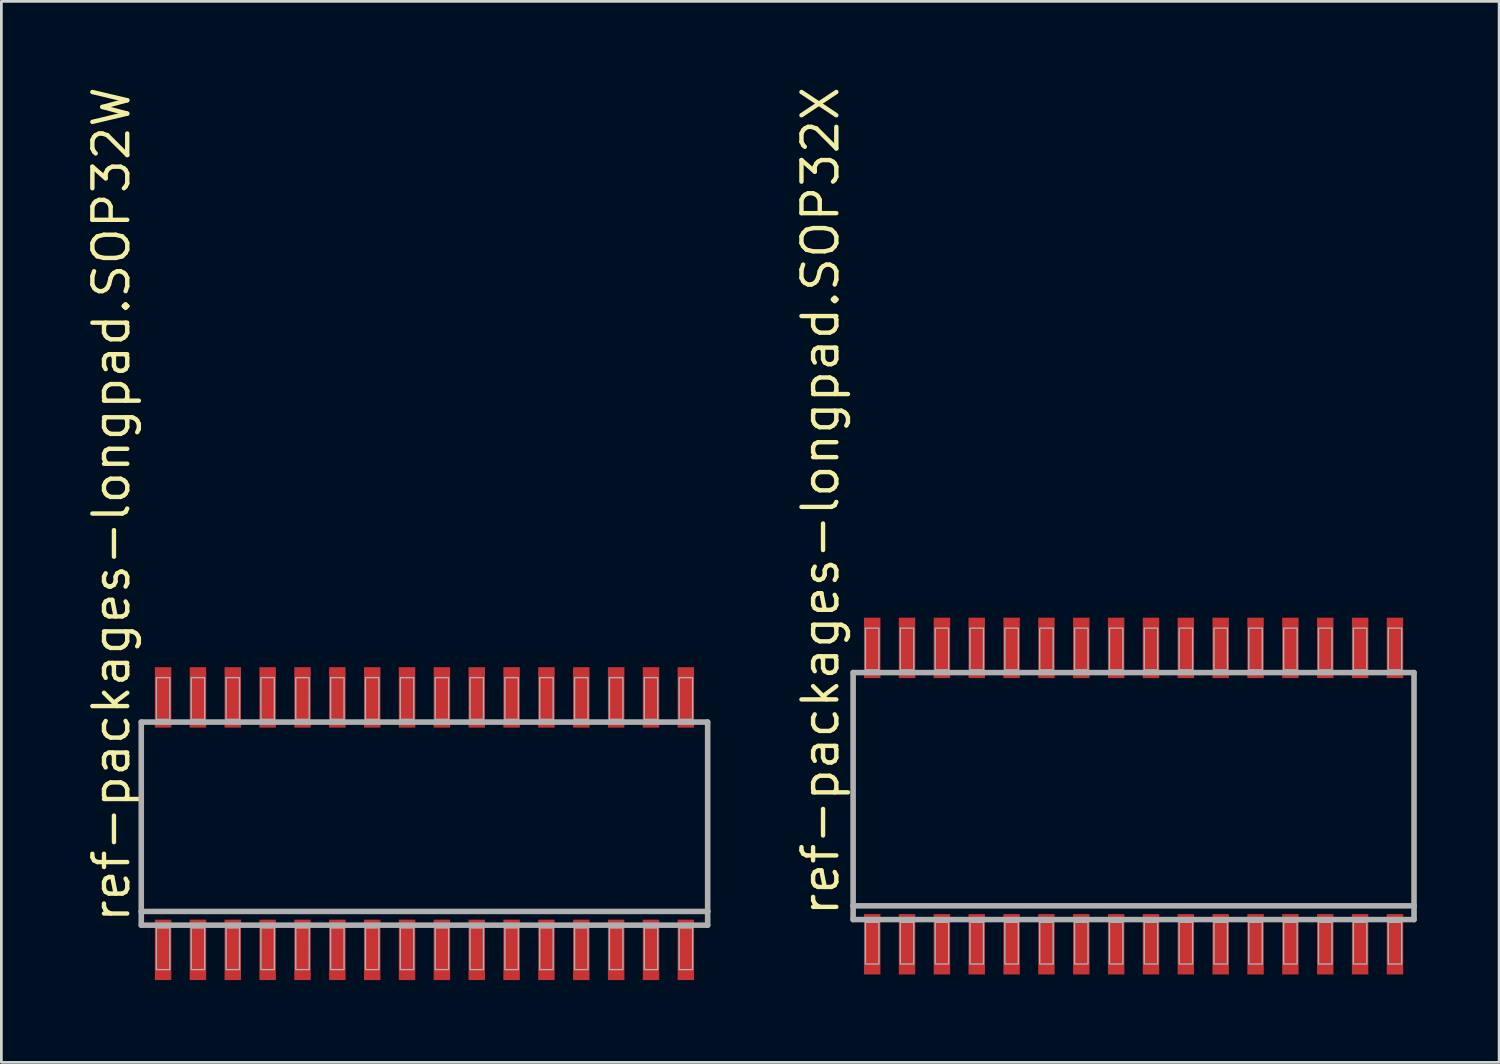
<source format=kicad_pcb>
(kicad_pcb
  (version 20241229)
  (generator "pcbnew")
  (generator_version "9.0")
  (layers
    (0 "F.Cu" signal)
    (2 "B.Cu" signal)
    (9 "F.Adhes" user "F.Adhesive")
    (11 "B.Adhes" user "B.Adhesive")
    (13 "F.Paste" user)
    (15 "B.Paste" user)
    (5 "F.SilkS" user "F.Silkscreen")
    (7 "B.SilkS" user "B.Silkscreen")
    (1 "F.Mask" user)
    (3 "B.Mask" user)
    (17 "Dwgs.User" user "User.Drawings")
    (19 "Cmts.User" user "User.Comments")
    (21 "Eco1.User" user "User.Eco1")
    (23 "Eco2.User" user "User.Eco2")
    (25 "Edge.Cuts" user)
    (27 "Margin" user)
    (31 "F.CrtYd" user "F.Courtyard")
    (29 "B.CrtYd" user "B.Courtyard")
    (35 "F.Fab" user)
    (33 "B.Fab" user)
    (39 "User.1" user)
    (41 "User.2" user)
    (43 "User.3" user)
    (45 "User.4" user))
  (footprint "ref-packages-longpad.SOP32W"
    (layer "F.Cu")
    (at 12.418 26.963)
    (property "Reference" "ref-packages-longpad.SOP32W" (at -10.668 3.683 90) (layer "F.SilkS") (effects (font (size 1.27 1.27) (thickness 0.16)) (justify left bottom)))
    (attr smd)
    (fp_line (start -10.32 -3.7) (end 10.32 -3.7) (stroke (width 0.203) (type default)) (layer "F.Fab"))
    (fp_line (start -10.32 3.2) (end -10.32 -3.7) (stroke (width 0.203) (type default)) (layer "F.Fab"))
    (fp_line (start -10.32 3.7) (end -10.32 3.2) (stroke (width 0.203) (type default)) (layer "F.Fab"))
    (fp_line (start 10.32 -3.7) (end 10.32 3.2) (stroke (width 0.203) (type default)) (layer "F.Fab"))
    (fp_line (start 10.32 3.2) (end -10.32 3.2) (stroke (width 0.203) (type default)) (layer "F.Fab"))
    (fp_line (start 10.32 3.2) (end 10.32 3.7) (stroke (width 0.203) (type default)) (layer "F.Fab"))
    (fp_line (start 10.32 3.7) (end -10.32 3.7) (stroke (width 0.203) (type default)) (layer "F.Fab"))
    (fp_rect (start -9.77 -3.8) (end -9.28 -5.32) (stroke (width 0.05) (type default)) (fill no) (layer "F.Fab"))
    (fp_rect (start -9.77 5.32) (end -9.28 3.8) (stroke (width 0.05) (type default)) (fill no) (layer "F.Fab"))
    (fp_rect (start -8.5 -3.8) (end -8.01 -5.32) (stroke (width 0.05) (type default)) (fill no) (layer "F.Fab"))
    (fp_rect (start -8.5 5.32) (end -8.01 3.8) (stroke (width 0.05) (type default)) (fill no) (layer "F.Fab"))
    (fp_rect (start -7.23 -3.8) (end -6.74 -5.32) (stroke (width 0.05) (type default)) (fill no) (layer "F.Fab"))
    (fp_rect (start -7.23 5.32) (end -6.74 3.8) (stroke (width 0.05) (type default)) (fill no) (layer "F.Fab"))
    (fp_rect (start -5.96 -3.8) (end -5.47 -5.32) (stroke (width 0.05) (type default)) (fill no) (layer "F.Fab"))
    (fp_rect (start -5.96 5.32) (end -5.47 3.8) (stroke (width 0.05) (type default)) (fill no) (layer "F.Fab"))
    (fp_rect (start -4.69 -3.8) (end -4.2 -5.32) (stroke (width 0.05) (type default)) (fill no) (layer "F.Fab"))
    (fp_rect (start -4.69 5.32) (end -4.2 3.8) (stroke (width 0.05) (type default)) (fill no) (layer "F.Fab"))
    (fp_rect (start -3.42 -3.8) (end -2.93 -5.32) (stroke (width 0.05) (type default)) (fill no) (layer "F.Fab"))
    (fp_rect (start -3.42 5.32) (end -2.93 3.8) (stroke (width 0.05) (type default)) (fill no) (layer "F.Fab"))
    (fp_rect (start -2.15 -3.8) (end -1.66 -5.32) (stroke (width 0.05) (type default)) (fill no) (layer "F.Fab"))
    (fp_rect (start -2.15 5.32) (end -1.66 3.8) (stroke (width 0.05) (type default)) (fill no) (layer "F.Fab"))
    (fp_rect (start -0.88 -3.8) (end -0.39 -5.32) (stroke (width 0.05) (type default)) (fill no) (layer "F.Fab"))
    (fp_rect (start -0.88 5.32) (end -0.39 3.8) (stroke (width 0.05) (type default)) (fill no) (layer "F.Fab"))
    (fp_rect (start 0.39 -3.8) (end 0.88 -5.32) (stroke (width 0.05) (type default)) (fill no) (layer "F.Fab"))
    (fp_rect (start 0.39 5.32) (end 0.88 3.8) (stroke (width 0.05) (type default)) (fill no) (layer "F.Fab"))
    (fp_rect (start 1.66 -3.8) (end 2.15 -5.32) (stroke (width 0.05) (type default)) (fill no) (layer "F.Fab"))
    (fp_rect (start 1.66 5.32) (end 2.15 3.8) (stroke (width 0.05) (type default)) (fill no) (layer "F.Fab"))
    (fp_rect (start 2.93 -3.8) (end 3.42 -5.32) (stroke (width 0.05) (type default)) (fill no) (layer "F.Fab"))
    (fp_rect (start 2.93 5.32) (end 3.42 3.8) (stroke (width 0.05) (type default)) (fill no) (layer "F.Fab"))
    (fp_rect (start 4.2 -3.8) (end 4.69 -5.32) (stroke (width 0.05) (type default)) (fill no) (layer "F.Fab"))
    (fp_rect (start 4.2 5.32) (end 4.69 3.8) (stroke (width 0.05) (type default)) (fill no) (layer "F.Fab"))
    (fp_rect (start 5.47 -3.8) (end 5.96 -5.32) (stroke (width 0.05) (type default)) (fill no) (layer "F.Fab"))
    (fp_rect (start 5.47 5.32) (end 5.96 3.8) (stroke (width 0.05) (type default)) (fill no) (layer "F.Fab"))
    (fp_rect (start 6.74 -3.8) (end 7.23 -5.32) (stroke (width 0.05) (type default)) (fill no) (layer "F.Fab"))
    (fp_rect (start 6.74 5.32) (end 7.23 3.8) (stroke (width 0.05) (type default)) (fill no) (layer "F.Fab"))
    (fp_rect (start 8.01 -3.8) (end 8.5 -5.32) (stroke (width 0.05) (type default)) (fill no) (layer "F.Fab"))
    (fp_rect (start 8.01 5.32) (end 8.5 3.8) (stroke (width 0.05) (type default)) (fill no) (layer "F.Fab"))
    (fp_rect (start 9.28 -3.8) (end 9.77 -5.32) (stroke (width 0.05) (type default)) (fill no) (layer "F.Fab"))
    (fp_rect (start 9.28 5.32) (end 9.77 3.8) (stroke (width 0.05) (type default)) (fill no) (layer "F.Fab"))
    (pad "1" smd roundrect (at -9.525 4.6) (size 0.6 2.2) (layers "F.Cu" "F.Mask" "F.Paste") (roundrect_rratio 0.01))
    (pad "2" smd roundrect (at -8.255 4.6) (size 0.6 2.2) (layers "F.Cu" "F.Mask" "F.Paste") (roundrect_rratio 0.01))
    (pad "3" smd roundrect (at -6.985 4.6) (size 0.6 2.2) (layers "F.Cu" "F.Mask" "F.Paste") (roundrect_rratio 0.01))
    (pad "4" smd roundrect (at -5.715 4.6) (size 0.6 2.2) (layers "F.Cu" "F.Mask" "F.Paste") (roundrect_rratio 0.01))
    (pad "5" smd roundrect (at -4.445 4.6) (size 0.6 2.2) (layers "F.Cu" "F.Mask" "F.Paste") (roundrect_rratio 0.01))
    (pad "6" smd roundrect (at -3.175 4.6) (size 0.6 2.2) (layers "F.Cu" "F.Mask" "F.Paste") (roundrect_rratio 0.01))
    (pad "7" smd roundrect (at -1.905 4.6) (size 0.6 2.2) (layers "F.Cu" "F.Mask" "F.Paste") (roundrect_rratio 0.01))
    (pad "8" smd roundrect (at -0.635 4.6) (size 0.6 2.2) (layers "F.Cu" "F.Mask" "F.Paste") (roundrect_rratio 0.01))
    (pad "9" smd roundrect (at 0.635 4.6) (size 0.6 2.2) (layers "F.Cu" "F.Mask" "F.Paste") (roundrect_rratio 0.01))
    (pad "10" smd roundrect (at 1.905 4.6) (size 0.6 2.2) (layers "F.Cu" "F.Mask" "F.Paste") (roundrect_rratio 0.01))
    (pad "11" smd roundrect (at 3.175 4.6) (size 0.6 2.2) (layers "F.Cu" "F.Mask" "F.Paste") (roundrect_rratio 0.01))
    (pad "12" smd roundrect (at 4.445 4.6) (size 0.6 2.2) (layers "F.Cu" "F.Mask" "F.Paste") (roundrect_rratio 0.01))
    (pad "13" smd roundrect (at 5.715 4.6) (size 0.6 2.2) (layers "F.Cu" "F.Mask" "F.Paste") (roundrect_rratio 0.01))
    (pad "14" smd roundrect (at 6.985 4.6) (size 0.6 2.2) (layers "F.Cu" "F.Mask" "F.Paste") (roundrect_rratio 0.01))
    (pad "15" smd roundrect (at 8.255 4.6) (size 0.6 2.2) (layers "F.Cu" "F.Mask" "F.Paste") (roundrect_rratio 0.01))
    (pad "16" smd roundrect (at 9.525 4.6) (size 0.6 2.2) (layers "F.Cu" "F.Mask" "F.Paste") (roundrect_rratio 0.01))
    (pad "17" smd roundrect (at 9.525 -4.6) (size 0.6 2.2) (layers "F.Cu" "F.Mask" "F.Paste") (roundrect_rratio 0.01))
    (pad "18" smd roundrect (at 8.255 -4.6) (size 0.6 2.2) (layers "F.Cu" "F.Mask" "F.Paste") (roundrect_rratio 0.01))
    (pad "19" smd roundrect (at 6.985 -4.6) (size 0.6 2.2) (layers "F.Cu" "F.Mask" "F.Paste") (roundrect_rratio 0.01))
    (pad "20" smd roundrect (at 5.715 -4.6) (size 0.6 2.2) (layers "F.Cu" "F.Mask" "F.Paste") (roundrect_rratio 0.01))
    (pad "21" smd roundrect (at 4.445 -4.6) (size 0.6 2.2) (layers "F.Cu" "F.Mask" "F.Paste") (roundrect_rratio 0.01))
    (pad "22" smd roundrect (at 3.175 -4.6) (size 0.6 2.2) (layers "F.Cu" "F.Mask" "F.Paste") (roundrect_rratio 0.01))
    (pad "23" smd roundrect (at 1.905 -4.6) (size 0.6 2.2) (layers "F.Cu" "F.Mask" "F.Paste") (roundrect_rratio 0.01))
    (pad "24" smd roundrect (at 0.635 -4.6) (size 0.6 2.2) (layers "F.Cu" "F.Mask" "F.Paste") (roundrect_rratio 0.01))
    (pad "25" smd roundrect (at -0.635 -4.6) (size 0.6 2.2) (layers "F.Cu" "F.Mask" "F.Paste") (roundrect_rratio 0.01))
    (pad "26" smd roundrect (at -1.905 -4.6) (size 0.6 2.2) (layers "F.Cu" "F.Mask" "F.Paste") (roundrect_rratio 0.01))
    (pad "27" smd roundrect (at -3.175 -4.6) (size 0.6 2.2) (layers "F.Cu" "F.Mask" "F.Paste") (roundrect_rratio 0.01))
    (pad "28" smd roundrect (at -4.445 -4.6) (size 0.6 2.2) (layers "F.Cu" "F.Mask" "F.Paste") (roundrect_rratio 0.01))
    (pad "29" smd roundrect (at -5.715 -4.6) (size 0.6 2.2) (layers "F.Cu" "F.Mask" "F.Paste") (roundrect_rratio 0.01))
    (pad "30" smd roundrect (at -6.985 -4.6) (size 0.6 2.2) (layers "F.Cu" "F.Mask" "F.Paste") (roundrect_rratio 0.01))
    (pad "31" smd roundrect (at -8.255 -4.6) (size 0.6 2.2) (layers "F.Cu" "F.Mask" "F.Paste") (roundrect_rratio 0.01))
    (pad "32" smd roundrect (at -9.525 -4.6) (size 0.6 2.2) (layers "F.Cu" "F.Mask" "F.Paste") (roundrect_rratio 0.01)))
  (footprint "ref-packages-longpad.SOP32X"
    (layer "F.Cu")
    (at 38.258 25.959)
    (property "Reference" "ref-packages-longpad.SOP32X" (at -10.668 4.445 90) (layer "F.SilkS") (effects (font (size 1.27 1.27) (thickness 0.16)) (justify left bottom)))
    (attr smd)
    (fp_line (start -10.22 -4.5) (end 10.22 -4.5) (stroke (width 0.203) (type default)) (layer "F.Fab"))
    (fp_line (start -10.22 4) (end -10.22 -4.5) (stroke (width 0.203) (type default)) (layer "F.Fab"))
    (fp_line (start -10.22 4.5) (end -10.22 4) (stroke (width 0.203) (type default)) (layer "F.Fab"))
    (fp_line (start 10.22 -4.5) (end 10.22 4) (stroke (width 0.203) (type default)) (layer "F.Fab"))
    (fp_line (start 10.22 4) (end -10.22 4) (stroke (width 0.203) (type default)) (layer "F.Fab"))
    (fp_line (start 10.22 4) (end 10.22 4.5) (stroke (width 0.203) (type default)) (layer "F.Fab"))
    (fp_line (start 10.22 4.5) (end -10.22 4.5) (stroke (width 0.203) (type default)) (layer "F.Fab"))
    (fp_rect (start -9.77 -4.6) (end -9.28 -6.12) (stroke (width 0.05) (type default)) (fill no) (layer "F.Fab"))
    (fp_rect (start -9.77 6.12) (end -9.28 4.6) (stroke (width 0.05) (type default)) (fill no) (layer "F.Fab"))
    (fp_rect (start -8.5 -4.6) (end -8.01 -6.12) (stroke (width 0.05) (type default)) (fill no) (layer "F.Fab"))
    (fp_rect (start -8.5 6.12) (end -8.01 4.6) (stroke (width 0.05) (type default)) (fill no) (layer "F.Fab"))
    (fp_rect (start -7.23 -4.6) (end -6.74 -6.12) (stroke (width 0.05) (type default)) (fill no) (layer "F.Fab"))
    (fp_rect (start -7.23 6.12) (end -6.74 4.6) (stroke (width 0.05) (type default)) (fill no) (layer "F.Fab"))
    (fp_rect (start -5.96 -4.6) (end -5.47 -6.12) (stroke (width 0.05) (type default)) (fill no) (layer "F.Fab"))
    (fp_rect (start -5.96 6.12) (end -5.47 4.6) (stroke (width 0.05) (type default)) (fill no) (layer "F.Fab"))
    (fp_rect (start -4.69 -4.6) (end -4.2 -6.12) (stroke (width 0.05) (type default)) (fill no) (layer "F.Fab"))
    (fp_rect (start -4.69 6.12) (end -4.2 4.6) (stroke (width 0.05) (type default)) (fill no) (layer "F.Fab"))
    (fp_rect (start -3.42 -4.6) (end -2.93 -6.12) (stroke (width 0.05) (type default)) (fill no) (layer "F.Fab"))
    (fp_rect (start -3.42 6.12) (end -2.93 4.6) (stroke (width 0.05) (type default)) (fill no) (layer "F.Fab"))
    (fp_rect (start -2.15 -4.6) (end -1.66 -6.12) (stroke (width 0.05) (type default)) (fill no) (layer "F.Fab"))
    (fp_rect (start -2.15 6.12) (end -1.66 4.6) (stroke (width 0.05) (type default)) (fill no) (layer "F.Fab"))
    (fp_rect (start -0.88 -4.6) (end -0.39 -6.12) (stroke (width 0.05) (type default)) (fill no) (layer "F.Fab"))
    (fp_rect (start -0.88 6.12) (end -0.39 4.6) (stroke (width 0.05) (type default)) (fill no) (layer "F.Fab"))
    (fp_rect (start 0.39 -4.6) (end 0.88 -6.12) (stroke (width 0.05) (type default)) (fill no) (layer "F.Fab"))
    (fp_rect (start 0.39 6.12) (end 0.88 4.6) (stroke (width 0.05) (type default)) (fill no) (layer "F.Fab"))
    (fp_rect (start 1.66 -4.6) (end 2.15 -6.12) (stroke (width 0.05) (type default)) (fill no) (layer "F.Fab"))
    (fp_rect (start 1.66 6.12) (end 2.15 4.6) (stroke (width 0.05) (type default)) (fill no) (layer "F.Fab"))
    (fp_rect (start 2.93 -4.6) (end 3.42 -6.12) (stroke (width 0.05) (type default)) (fill no) (layer "F.Fab"))
    (fp_rect (start 2.93 6.12) (end 3.42 4.6) (stroke (width 0.05) (type default)) (fill no) (layer "F.Fab"))
    (fp_rect (start 4.2 -4.6) (end 4.69 -6.12) (stroke (width 0.05) (type default)) (fill no) (layer "F.Fab"))
    (fp_rect (start 4.2 6.12) (end 4.69 4.6) (stroke (width 0.05) (type default)) (fill no) (layer "F.Fab"))
    (fp_rect (start 5.47 -4.6) (end 5.96 -6.12) (stroke (width 0.05) (type default)) (fill no) (layer "F.Fab"))
    (fp_rect (start 5.47 6.12) (end 5.96 4.6) (stroke (width 0.05) (type default)) (fill no) (layer "F.Fab"))
    (fp_rect (start 6.74 -4.6) (end 7.23 -6.12) (stroke (width 0.05) (type default)) (fill no) (layer "F.Fab"))
    (fp_rect (start 6.74 6.12) (end 7.23 4.6) (stroke (width 0.05) (type default)) (fill no) (layer "F.Fab"))
    (fp_rect (start 8.01 -4.6) (end 8.5 -6.12) (stroke (width 0.05) (type default)) (fill no) (layer "F.Fab"))
    (fp_rect (start 8.01 6.12) (end 8.5 4.6) (stroke (width 0.05) (type default)) (fill no) (layer "F.Fab"))
    (fp_rect (start 9.28 -4.6) (end 9.77 -6.12) (stroke (width 0.05) (type default)) (fill no) (layer "F.Fab"))
    (fp_rect (start 9.28 6.12) (end 9.77 4.6) (stroke (width 0.05) (type default)) (fill no) (layer "F.Fab"))
    (pad "1" smd roundrect (at -9.525 5.4) (size 0.6 2.2) (layers "F.Cu" "F.Mask" "F.Paste") (roundrect_rratio 0.01))
    (pad "2" smd roundrect (at -8.255 5.4) (size 0.6 2.2) (layers "F.Cu" "F.Mask" "F.Paste") (roundrect_rratio 0.01))
    (pad "3" smd roundrect (at -6.985 5.4) (size 0.6 2.2) (layers "F.Cu" "F.Mask" "F.Paste") (roundrect_rratio 0.01))
    (pad "4" smd roundrect (at -5.715 5.4) (size 0.6 2.2) (layers "F.Cu" "F.Mask" "F.Paste") (roundrect_rratio 0.01))
    (pad "5" smd roundrect (at -4.445 5.4) (size 0.6 2.2) (layers "F.Cu" "F.Mask" "F.Paste") (roundrect_rratio 0.01))
    (pad "6" smd roundrect (at -3.175 5.4) (size 0.6 2.2) (layers "F.Cu" "F.Mask" "F.Paste") (roundrect_rratio 0.01))
    (pad "7" smd roundrect (at -1.905 5.4) (size 0.6 2.2) (layers "F.Cu" "F.Mask" "F.Paste") (roundrect_rratio 0.01))
    (pad "8" smd roundrect (at -0.635 5.4) (size 0.6 2.2) (layers "F.Cu" "F.Mask" "F.Paste") (roundrect_rratio 0.01))
    (pad "9" smd roundrect (at 0.635 5.4) (size 0.6 2.2) (layers "F.Cu" "F.Mask" "F.Paste") (roundrect_rratio 0.01))
    (pad "10" smd roundrect (at 1.905 5.4) (size 0.6 2.2) (layers "F.Cu" "F.Mask" "F.Paste") (roundrect_rratio 0.01))
    (pad "11" smd roundrect (at 3.175 5.4) (size 0.6 2.2) (layers "F.Cu" "F.Mask" "F.Paste") (roundrect_rratio 0.01))
    (pad "12" smd roundrect (at 4.445 5.4) (size 0.6 2.2) (layers "F.Cu" "F.Mask" "F.Paste") (roundrect_rratio 0.01))
    (pad "13" smd roundrect (at 5.715 5.4) (size 0.6 2.2) (layers "F.Cu" "F.Mask" "F.Paste") (roundrect_rratio 0.01))
    (pad "14" smd roundrect (at 6.985 5.4) (size 0.6 2.2) (layers "F.Cu" "F.Mask" "F.Paste") (roundrect_rratio 0.01))
    (pad "15" smd roundrect (at 8.255 5.4) (size 0.6 2.2) (layers "F.Cu" "F.Mask" "F.Paste") (roundrect_rratio 0.01))
    (pad "16" smd roundrect (at 9.525 5.4) (size 0.6 2.2) (layers "F.Cu" "F.Mask" "F.Paste") (roundrect_rratio 0.01))
    (pad "17" smd roundrect (at 9.525 -5.4) (size 0.6 2.2) (layers "F.Cu" "F.Mask" "F.Paste") (roundrect_rratio 0.01))
    (pad "18" smd roundrect (at 8.255 -5.4) (size 0.6 2.2) (layers "F.Cu" "F.Mask" "F.Paste") (roundrect_rratio 0.01))
    (pad "19" smd roundrect (at 6.985 -5.4) (size 0.6 2.2) (layers "F.Cu" "F.Mask" "F.Paste") (roundrect_rratio 0.01))
    (pad "20" smd roundrect (at 5.715 -5.4) (size 0.6 2.2) (layers "F.Cu" "F.Mask" "F.Paste") (roundrect_rratio 0.01))
    (pad "21" smd roundrect (at 4.445 -5.4) (size 0.6 2.2) (layers "F.Cu" "F.Mask" "F.Paste") (roundrect_rratio 0.01))
    (pad "22" smd roundrect (at 3.175 -5.4) (size 0.6 2.2) (layers "F.Cu" "F.Mask" "F.Paste") (roundrect_rratio 0.01))
    (pad "23" smd roundrect (at 1.905 -5.4) (size 0.6 2.2) (layers "F.Cu" "F.Mask" "F.Paste") (roundrect_rratio 0.01))
    (pad "24" smd roundrect (at 0.635 -5.4) (size 0.6 2.2) (layers "F.Cu" "F.Mask" "F.Paste") (roundrect_rratio 0.01))
    (pad "25" smd roundrect (at -0.635 -5.4) (size 0.6 2.2) (layers "F.Cu" "F.Mask" "F.Paste") (roundrect_rratio 0.01))
    (pad "26" smd roundrect (at -1.905 -5.4) (size 0.6 2.2) (layers "F.Cu" "F.Mask" "F.Paste") (roundrect_rratio 0.01))
    (pad "27" smd roundrect (at -3.175 -5.4) (size 0.6 2.2) (layers "F.Cu" "F.Mask" "F.Paste") (roundrect_rratio 0.01))
    (pad "28" smd roundrect (at -4.445 -5.4) (size 0.6 2.2) (layers "F.Cu" "F.Mask" "F.Paste") (roundrect_rratio 0.01))
    (pad "29" smd roundrect (at -5.715 -5.4) (size 0.6 2.2) (layers "F.Cu" "F.Mask" "F.Paste") (roundrect_rratio 0.01))
    (pad "30" smd roundrect (at -6.985 -5.4) (size 0.6 2.2) (layers "F.Cu" "F.Mask" "F.Paste") (roundrect_rratio 0.01))
    (pad "31" smd roundrect (at -8.255 -5.4) (size 0.6 2.2) (layers "F.Cu" "F.Mask" "F.Paste") (roundrect_rratio 0.01))
    (pad "32" smd roundrect (at -9.525 -5.4) (size 0.6 2.2) (layers "F.Cu" "F.Mask" "F.Paste") (roundrect_rratio 0.01)))
  (gr_rect
    (start -3 -3)
    (end 51.579 35.663)
    (stroke (width 0.1) (type default))
    (fill no)
    (layer "Edge.Cuts")))
</source>
